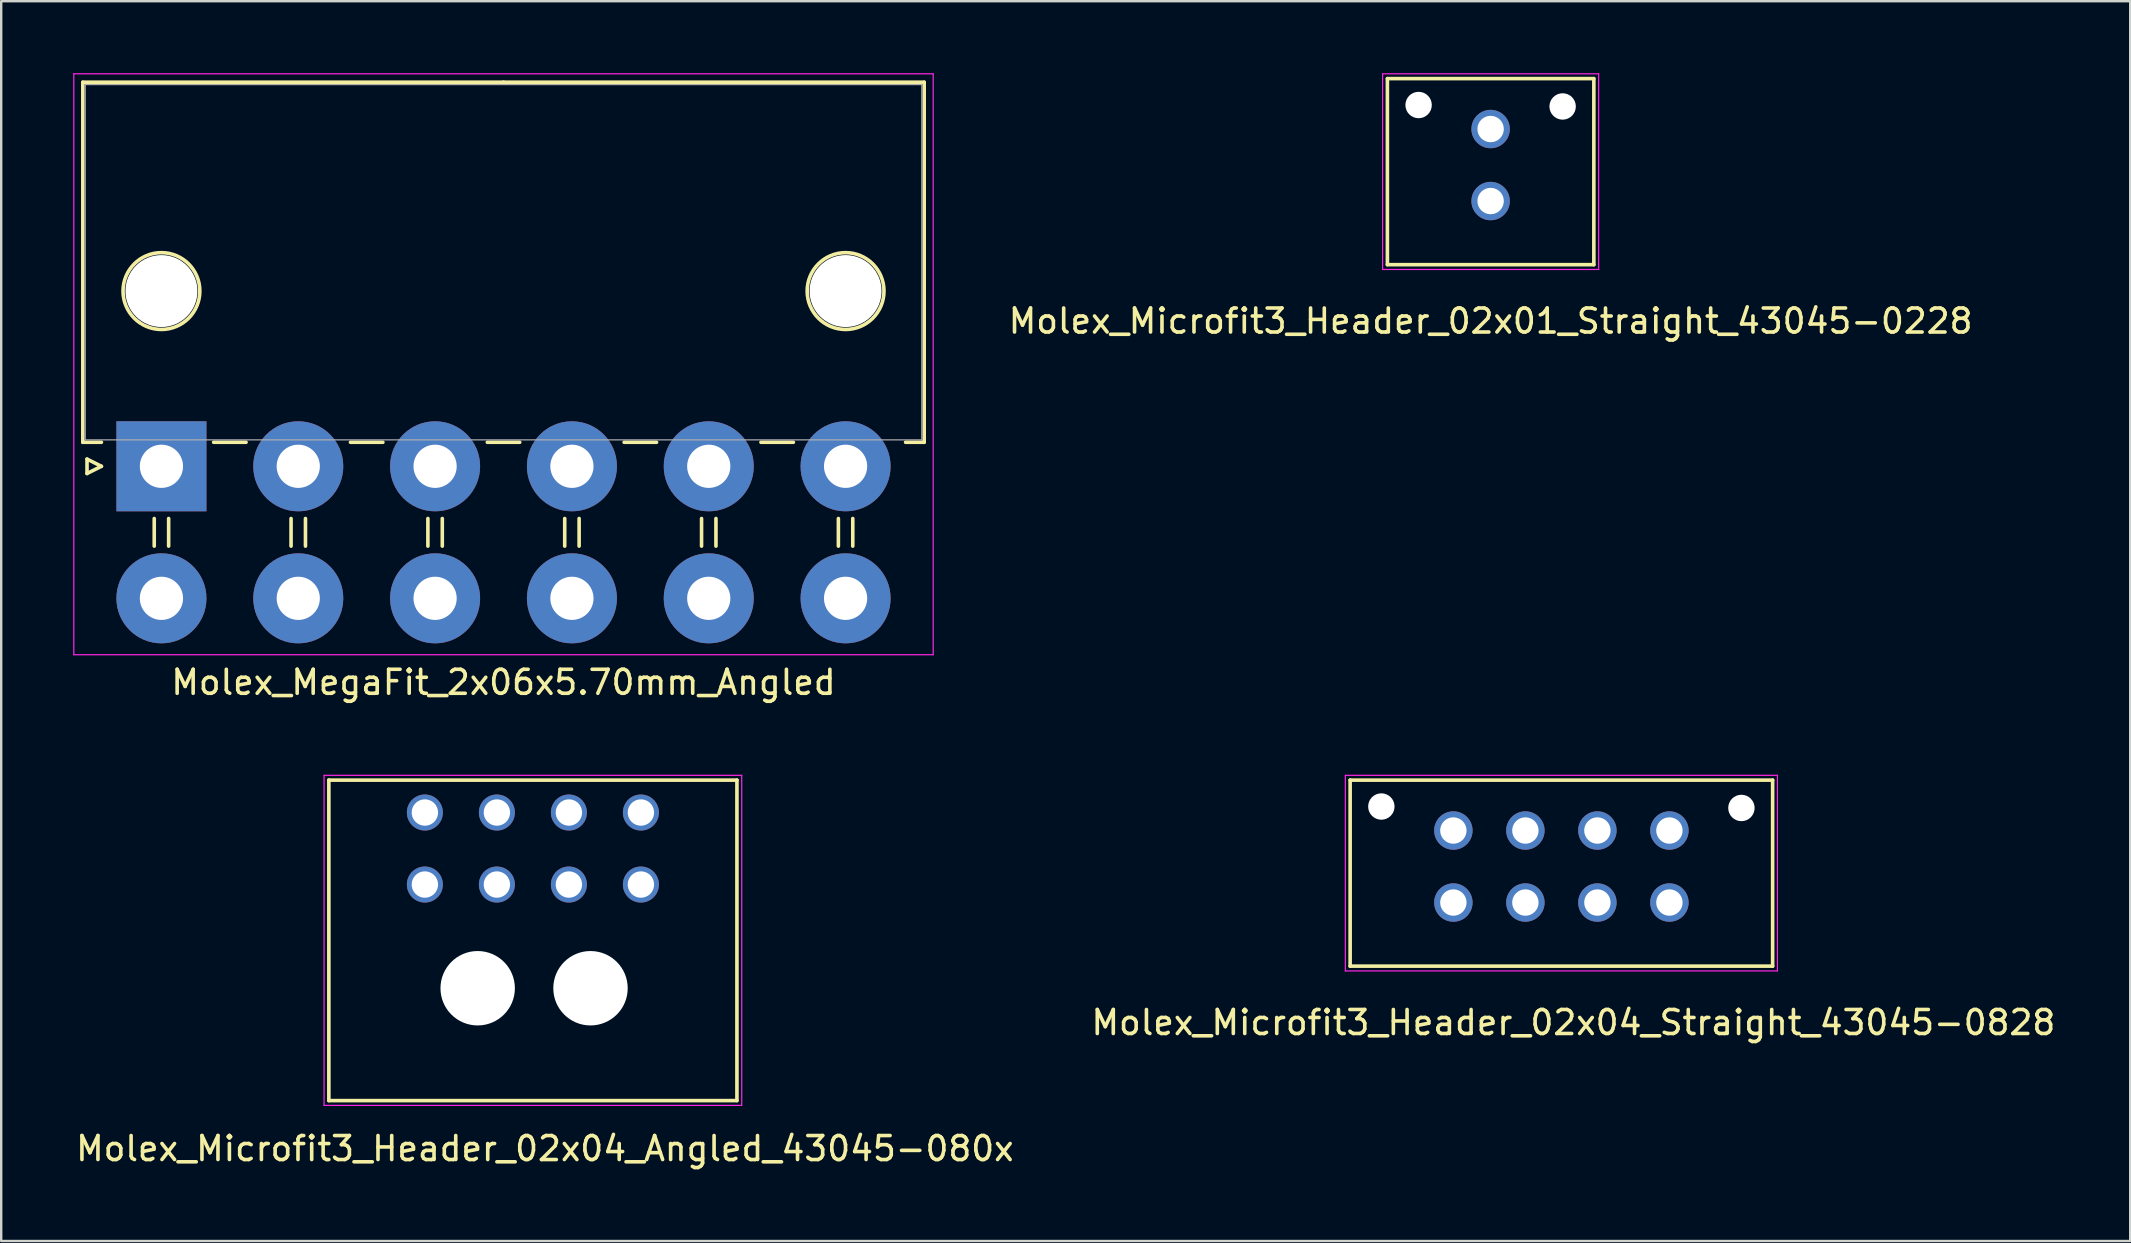
<source format=kicad_pcb>
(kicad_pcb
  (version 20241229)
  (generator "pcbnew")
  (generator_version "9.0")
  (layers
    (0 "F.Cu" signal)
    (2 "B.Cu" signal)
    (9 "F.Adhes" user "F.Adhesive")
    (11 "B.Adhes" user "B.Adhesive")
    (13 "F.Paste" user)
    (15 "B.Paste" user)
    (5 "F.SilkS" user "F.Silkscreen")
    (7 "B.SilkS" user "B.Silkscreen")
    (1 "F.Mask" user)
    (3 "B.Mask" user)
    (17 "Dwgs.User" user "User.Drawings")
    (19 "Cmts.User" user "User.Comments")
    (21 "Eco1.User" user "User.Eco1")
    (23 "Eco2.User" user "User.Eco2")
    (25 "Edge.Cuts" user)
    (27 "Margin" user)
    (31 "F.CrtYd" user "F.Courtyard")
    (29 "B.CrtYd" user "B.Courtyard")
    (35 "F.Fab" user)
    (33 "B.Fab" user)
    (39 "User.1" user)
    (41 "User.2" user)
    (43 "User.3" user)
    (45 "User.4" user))
  (footprint "Molex_MegaFit_2x06x5.70mm_Angled"
    (layer "F.Cu")
    (at 3.675 16.375)
    (property "Reference" "Molex_MegaFit_2x06x5.70mm_Angled" (at 14.25 9 0) (layer "F.SilkS") (effects (font (size 1 1) (thickness 0.15))))
    (attr through_hole)
    (fp_line (start -3.275 -16) (end -3.275 -1) (stroke (width 0.15) (type solid)) (layer "F.SilkS"))
    (fp_line (start -3.275 -1) (end -2.5 -1) (stroke (width 0.15) (type solid)) (layer "F.SilkS"))
    (fp_line (start -3.1 -0.3) (end -2.5 0) (stroke (width 0.15) (type solid)) (layer "F.SilkS"))
    (fp_line (start -3.1 0.3) (end -3.1 -0.3) (stroke (width 0.15) (type solid)) (layer "F.SilkS"))
    (fp_line (start -2.5 0) (end -3.1 0.3) (stroke (width 0.15) (type solid)) (layer "F.SilkS"))
    (fp_line (start -0.3 2.175) (end -0.3 3.325) (stroke (width 0.15) (type solid)) (layer "F.SilkS"))
    (fp_line (start 0.3 2.175) (end 0.3 3.325) (stroke (width 0.15) (type solid)) (layer "F.SilkS"))
    (fp_line (start 2.175 -1) (end 3.525 -1) (stroke (width 0.15) (type solid)) (layer "F.SilkS"))
    (fp_line (start 5.4 2.175) (end 5.4 3.325) (stroke (width 0.15) (type solid)) (layer "F.SilkS"))
    (fp_line (start 6 2.175) (end 6 3.325) (stroke (width 0.15) (type solid)) (layer "F.SilkS"))
    (fp_line (start 7.875 -1) (end 9.225 -1) (stroke (width 0.15) (type solid)) (layer "F.SilkS"))
    (fp_line (start 11.1 2.175) (end 11.1 3.325) (stroke (width 0.15) (type solid)) (layer "F.SilkS"))
    (fp_line (start 11.7 2.175) (end 11.7 3.325) (stroke (width 0.15) (type solid)) (layer "F.SilkS"))
    (fp_line (start 13.575 -1) (end 14.925 -1) (stroke (width 0.15) (type solid)) (layer "F.SilkS"))
    (fp_line (start 14.25 -16) (end -3.275 -16) (stroke (width 0.15) (type solid)) (layer "F.SilkS"))
    (fp_line (start 14.25 -16) (end 31.775 -16) (stroke (width 0.15) (type solid)) (layer "F.SilkS"))
    (fp_line (start 16.8 2.175) (end 16.8 3.325) (stroke (width 0.15) (type solid)) (layer "F.SilkS"))
    (fp_line (start 17.4 2.175) (end 17.4 3.325) (stroke (width 0.15) (type solid)) (layer "F.SilkS"))
    (fp_line (start 19.275 -1) (end 20.625 -1) (stroke (width 0.15) (type solid)) (layer "F.SilkS"))
    (fp_line (start 22.5 2.175) (end 22.5 3.325) (stroke (width 0.15) (type solid)) (layer "F.SilkS"))
    (fp_line (start 23.1 2.175) (end 23.1 3.325) (stroke (width 0.15) (type solid)) (layer "F.SilkS"))
    (fp_line (start 24.975 -1) (end 26.325 -1) (stroke (width 0.15) (type solid)) (layer "F.SilkS"))
    (fp_line (start 28.2 2.175) (end 28.2 3.325) (stroke (width 0.15) (type solid)) (layer "F.SilkS"))
    (fp_line (start 28.8 2.175) (end 28.8 3.325) (stroke (width 0.15) (type solid)) (layer "F.SilkS"))
    (fp_line (start 31.775 -16) (end 31.775 -1) (stroke (width 0.15) (type solid)) (layer "F.SilkS"))
    (fp_line (start 31.775 -1) (end 31 -1) (stroke (width 0.15) (type solid)) (layer "F.SilkS"))
    (fp_circle (center 0 -7.3) (end 1.6 -7.3) (stroke (width 0.15) (type solid)) (fill no) (layer "F.SilkS"))
    (fp_circle (center 28.5 -7.3) (end 30.1 -7.3) (stroke (width 0.15) (type solid)) (fill no) (layer "F.SilkS"))
    (fp_line (start -3.65 -16.35) (end -3.65 7.85) (stroke (width 0.05) (type solid)) (layer "F.CrtYd"))
    (fp_line (start -3.65 7.85) (end 32.15 7.85) (stroke (width 0.05) (type solid)) (layer "F.CrtYd"))
    (fp_line (start 32.15 -16.35) (end -3.65 -16.35) (stroke (width 0.05) (type solid)) (layer "F.CrtYd"))
    (fp_line (start 32.15 7.85) (end 32.15 -16.35) (stroke (width 0.05) (type solid)) (layer "F.CrtYd"))
    (fp_line (start -3.175 -15.9) (end -3.175 -1.1) (stroke (width 0.05) (type solid)) (layer "F.Fab"))
    (fp_line (start -3.175 -1.1) (end 31.675 -1.1) (stroke (width 0.05) (type solid)) (layer "F.Fab"))
    (fp_line (start 31.675 -15.9) (end -3.175 -15.9) (stroke (width 0.05) (type solid)) (layer "F.Fab"))
    (fp_line (start 31.675 -1.1) (end 31.675 -15.9) (stroke (width 0.05) (type solid)) (layer "F.Fab"))
    (pad "" np_thru_hole circle (at 0 -7.3) (size 3 3) (drill 3) (layers "*.Cu"))
    (pad "" np_thru_hole circle (at 28.5 -7.3) (size 3 3) (drill 3) (layers "*.Cu"))
    (pad "1" thru_hole rect (at 0 0) (size 3.75 3.75) (drill 1.8) (layers "*.Cu" "*.Mask"))
    (pad "2" thru_hole circle (at 5.7 0) (size 3.75 3.75) (drill 1.8) (layers "*.Cu" "*.Mask"))
    (pad "3" thru_hole circle (at 11.4 0) (size 3.75 3.75) (drill 1.8) (layers "*.Cu" "*.Mask"))
    (pad "4" thru_hole circle (at 17.1 0) (size 3.75 3.75) (drill 1.8) (layers "*.Cu" "*.Mask"))
    (pad "5" thru_hole circle (at 22.8 0) (size 3.75 3.75) (drill 1.8) (layers "*.Cu" "*.Mask"))
    (pad "6" thru_hole circle (at 28.5 0) (size 3.75 3.75) (drill 1.8) (layers "*.Cu" "*.Mask"))
    (pad "7" thru_hole circle (at 0 5.5) (size 3.75 3.75) (drill 1.8) (layers "*.Cu" "*.Mask"))
    (pad "8" thru_hole circle (at 5.7 5.5) (size 3.75 3.75) (drill 1.8) (layers "*.Cu" "*.Mask"))
    (pad "9" thru_hole circle (at 11.4 5.5) (size 3.75 3.75) (drill 1.8) (layers "*.Cu" "*.Mask"))
    (pad "10" thru_hole circle (at 17.1 5.5) (size 3.75 3.75) (drill 1.8) (layers "*.Cu" "*.Mask"))
    (pad "11" thru_hole circle (at 22.8 5.5) (size 3.75 3.75) (drill 1.8) (layers "*.Cu" "*.Mask"))
    (pad "12" thru_hole circle (at 28.5 5.5) (size 3.75 3.75) (drill 1.8) (layers "*.Cu" "*.Mask")))
  (footprint "Molex_Microfit3_Header_02x04_Straight_43045-0828"
    (layer "F.Cu")
    (at 66.494 34.548)
    (property "Reference" "Molex_Microfit3_Header_02x04_Straight_43045-0828" (at -4 5 0) (layer "F.SilkS") (effects (font (size 1 1) (thickness 0.15))))
    (attr through_hole)
    (fp_line (start -13.3 2.65) (end -13.3 -5.1) (stroke (width 0.15) (type solid)) (layer "F.SilkS"))
    (fp_line (start 4.3 -5.1) (end -13.3 -5.1) (stroke (width 0.15) (type solid)) (layer "F.SilkS"))
    (fp_line (start 4.3 2.65) (end -13.3 2.65) (stroke (width 0.15) (type solid)) (layer "F.SilkS"))
    (fp_line (start 4.3 2.65) (end 4.3 -5.1) (stroke (width 0.15) (type solid)) (layer "F.SilkS"))
    (fp_line (start -13.5 2.85) (end -13.5 -5.3) (stroke (width 0.05) (type solid)) (layer "F.CrtYd"))
    (fp_line (start 4.5 -5.3) (end -13.5 -5.3) (stroke (width 0.05) (type solid)) (layer "F.CrtYd"))
    (fp_line (start 4.5 2.85) (end -13.5 2.85) (stroke (width 0.05) (type solid)) (layer "F.CrtYd"))
    (fp_line (start 4.5 2.85) (end 4.5 -5.3) (stroke (width 0.05) (type solid)) (layer "F.CrtYd"))
    (pad "" np_thru_hole circle (at -12 -4) (size 1.1 1.1) (drill 1.1) (layers "*.Cu" "*.Mask"))
    (pad "" np_thru_hole circle (at 3 -3.94) (size 1.1 1.1) (drill 1.1) (layers "*.Cu" "*.Mask"))
    (pad "1" thru_hole circle (at 0 0) (size 1.6 1.6) (drill 1.1) (layers "*.Cu" "*.Mask"))
    (pad "2" thru_hole circle (at -3 0) (size 1.6 1.6) (drill 1.1) (layers "*.Cu" "*.Mask"))
    (pad "3" thru_hole circle (at -6 0) (size 1.6 1.6) (drill 1.1) (layers "*.Cu" "*.Mask"))
    (pad "4" thru_hole circle (at -9 0) (size 1.6 1.6) (drill 1.1) (layers "*.Cu" "*.Mask"))
    (pad "5" thru_hole circle (at 0 -3) (size 1.6 1.6) (drill 1.1) (layers "*.Cu" "*.Mask"))
    (pad "6" thru_hole circle (at -3 -3) (size 1.6 1.6) (drill 1.1) (layers "*.Cu" "*.Mask"))
    (pad "7" thru_hole circle (at -6 -3) (size 1.6 1.6) (drill 1.1) (layers "*.Cu" "*.Mask"))
    (pad "8" thru_hole circle (at -9 -3) (size 1.6 1.6) (drill 1.1) (layers "*.Cu" "*.Mask")))
  (footprint "Molex_Microfit3_Header_02x01_Straight_43045-0228"
    (layer "F.Cu")
    (at 59.046 5.325)
    (property "Reference" "Molex_Microfit3_Header_02x01_Straight_43045-0228" (at 0 5 0) (layer "F.SilkS") (effects (font (size 1 1) (thickness 0.15))))
    (attr through_hole)
    (fp_line (start -4.3 2.65) (end -4.3 -5.1) (stroke (width 0.15) (type solid)) (layer "F.SilkS"))
    (fp_line (start 4.3 -5.1) (end -4.3 -5.1) (stroke (width 0.15) (type solid)) (layer "F.SilkS"))
    (fp_line (start 4.3 2.65) (end -4.3 2.65) (stroke (width 0.15) (type solid)) (layer "F.SilkS"))
    (fp_line (start 4.3 2.65) (end 4.3 -5.1) (stroke (width 0.15) (type solid)) (layer "F.SilkS"))
    (fp_line (start -4.5 2.85) (end -4.5 -5.3) (stroke (width 0.05) (type solid)) (layer "F.CrtYd"))
    (fp_line (start 4.5 -5.3) (end -4.5 -5.3) (stroke (width 0.05) (type solid)) (layer "F.CrtYd"))
    (fp_line (start 4.5 2.85) (end -4.5 2.85) (stroke (width 0.05) (type solid)) (layer "F.CrtYd"))
    (fp_line (start 4.5 2.85) (end 4.5 -5.3) (stroke (width 0.05) (type solid)) (layer "F.CrtYd"))
    (pad "" np_thru_hole circle (at -3 -4) (size 1.1 1.1) (drill 1.1) (layers "*.Cu" "*.Mask"))
    (pad "" np_thru_hole circle (at 3 -3.94) (size 1.1 1.1) (drill 1.1) (layers "*.Cu" "*.Mask"))
    (pad "1" thru_hole circle (at 0 0) (size 1.6 1.6) (drill 1.1) (layers "*.Cu" "*.Mask"))
    (pad "2" thru_hole circle (at 0 -3) (size 1.6 1.6) (drill 1.1) (layers "*.Cu" "*.Mask")))
  (footprint "Molex_Microfit3_Header_02x04_Angled_43045-080x"
    (layer "F.Cu")
    (at 23.649 33.798)
    (property "Reference" "Molex_Microfit3_Header_02x04_Angled_43045-080x" (at -4 11 0) (layer "F.SilkS") (effects (font (size 1 1) (thickness 0.15))))
    (attr through_hole)
    (fp_line (start -13 -4.35) (end 4 -4.35) (stroke (width 0.15) (type solid)) (layer "F.SilkS"))
    (fp_line (start -13 9) (end -13 -4.35) (stroke (width 0.15) (type solid)) (layer "F.SilkS"))
    (fp_line (start 4 -4.35) (end 4 9) (stroke (width 0.15) (type solid)) (layer "F.SilkS"))
    (fp_line (start 4 9) (end -13 9) (stroke (width 0.15) (type solid)) (layer "F.SilkS"))
    (fp_line (start -13.2 -4.55) (end -13.2 9.2) (stroke (width 0.05) (type solid)) (layer "F.CrtYd"))
    (fp_line (start -13.2 9.2) (end 4.2 9.2) (stroke (width 0.05) (type solid)) (layer "F.CrtYd"))
    (fp_line (start 4.2 -4.55) (end -13.2 -4.55) (stroke (width 0.05) (type solid)) (layer "F.CrtYd"))
    (fp_line (start 4.2 9.2) (end 4.2 -4.55) (stroke (width 0.05) (type solid)) (layer "F.CrtYd"))
    (pad "" np_thru_hole circle (at -6.8 4.32) (size 3.1 3.1) (drill 3.1) (layers "*.Cu" "*.Mask"))
    (pad "" np_thru_hole circle (at -2.1 4.32) (size 3.1 3.1) (drill 3.1) (layers "*.Cu" "*.Mask"))
    (pad "1" thru_hole circle (at 0 0) (size 1.5 1.5) (drill 1.1) (layers "*.Cu" "*.Mask"))
    (pad "2" thru_hole circle (at -3 0) (size 1.5 1.5) (drill 1.1) (layers "*.Cu" "*.Mask"))
    (pad "3" thru_hole circle (at -6 0) (size 1.5 1.5) (drill 1.1) (layers "*.Cu" "*.Mask"))
    (pad "4" thru_hole circle (at -9 0) (size 1.5 1.5) (drill 1.1) (layers "*.Cu" "*.Mask"))
    (pad "5" thru_hole circle (at 0 -3) (size 1.5 1.5) (drill 1.1) (layers "*.Cu" "*.Mask"))
    (pad "6" thru_hole circle (at -3 -3) (size 1.5 1.5) (drill 1.1) (layers "*.Cu" "*.Mask"))
    (pad "7" thru_hole circle (at -6 -3) (size 1.5 1.5) (drill 1.1) (layers "*.Cu" "*.Mask"))
    (pad "8" thru_hole circle (at -9 -3) (size 1.5 1.5) (drill 1.1) (layers "*.Cu" "*.Mask")))
  (gr_rect
    (start -3 -3)
    (end 85.69 48.647)
    (stroke (width 0.1) (type default))
    (fill no)
    (layer "Edge.Cuts")))
</source>
